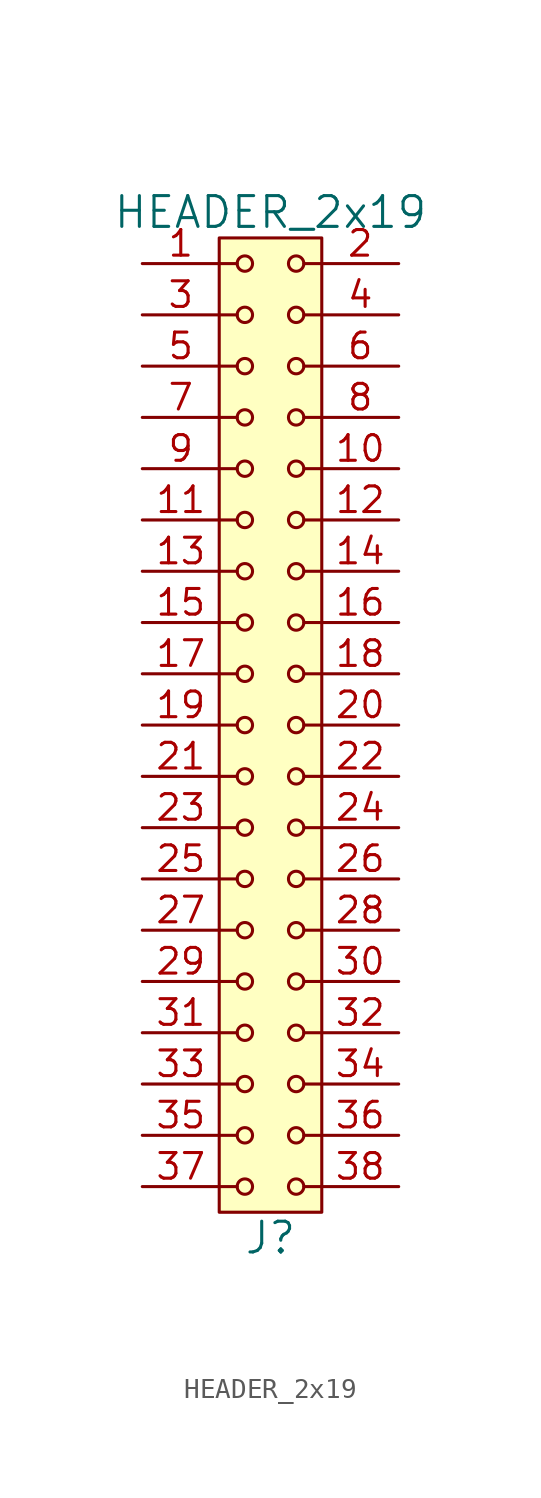
<source format=kicad_sym>
(kicad_symbol_lib
  (version 20211014)
  (generator kicad_symbol_editor)
  (symbol "HEADER_2x19"
    (pin_names
      (offset 1.016))
    (property "Reference" "J"
      (at 0 -25.4 0)
      (effects (font (size 1.524 1.524))))
    (property "Value" "HEADER_2x19"
      (at 0 25.4 0)
      (effects (font (size 1.524 1.524))))
    (property "Footprint" ""
      (at 0 22.86 0)
      (effects (font (size 1.524 1.524))))
    (property "Datasheet" ""
      (at 0 22.86 0)
      (effects (font (size 1.524 1.524))))
    (symbol "HEADER_2x19_0_1"
      (rectangle (start -2.54 24.13) (end 2.54 -24.13) (stroke (width 0) (type default) (color 0 0 0 0)) (fill (type background)))
      (circle (center -1.27 -22.86) (radius 0.381) (stroke (width 0) (type default) (color 0 0 0 0)) (fill (type none)))
      (circle (center -1.27 -20.32) (radius 0.381) (stroke (width 0) (type default) (color 0 0 0 0)) (fill (type none)))
      (circle (center -1.27 -17.78) (radius 0.381) (stroke (width 0) (type default) (color 0 0 0 0)) (fill (type none)))
      (circle (center -1.27 -15.24) (radius 0.381) (stroke (width 0) (type default) (color 0 0 0 0)) (fill (type none)))
      (circle (center -1.27 -12.7) (radius 0.381) (stroke (width 0) (type default) (color 0 0 0 0)) (fill (type none)))
      (circle (center -1.27 -10.16) (radius 0.381) (stroke (width 0) (type default) (color 0 0 0 0)) (fill (type none)))
      (circle (center -1.27 -7.62) (radius 0.381) (stroke (width 0) (type default) (color 0 0 0 0)) (fill (type none)))
      (circle (center -1.27 -5.08) (radius 0.381) (stroke (width 0) (type default) (color 0 0 0 0)) (fill (type none)))
      (circle (center -1.27 -2.54) (radius 0.381) (stroke (width 0) (type default) (color 0 0 0 0)) (fill (type none)))
      (circle (center -1.27 0) (radius 0.381) (stroke (width 0) (type default) (color 0 0 0 0)) (fill (type none)))
      (circle (center -1.27 2.54) (radius 0.381) (stroke (width 0) (type default) (color 0 0 0 0)) (fill (type none)))
      (circle (center -1.27 5.08) (radius 0.381) (stroke (width 0) (type default) (color 0 0 0 0)) (fill (type none)))
      (circle (center -1.27 7.62) (radius 0.381) (stroke (width 0) (type default) (color 0 0 0 0)) (fill (type none)))
      (circle (center -1.27 10.16) (radius 0.381) (stroke (width 0) (type default) (color 0 0 0 0)) (fill (type none)))
      (circle (center -1.27 12.7) (radius 0.381) (stroke (width 0) (type default) (color 0 0 0 0)) (fill (type none)))
      (circle (center -1.27 15.24) (radius 0.381) (stroke (width 0) (type default) (color 0 0 0 0)) (fill (type none)))
      (circle (center -1.27 17.78) (radius 0.381) (stroke (width 0) (type default) (color 0 0 0 0)) (fill (type none)))
      (circle (center -1.27 20.32) (radius 0.381) (stroke (width 0) (type default) (color 0 0 0 0)) (fill (type none)))
      (circle (center -1.27 22.86) (radius 0.381) (stroke (width 0) (type default) (color 0 0 0 0)) (fill (type none)))
      (polyline (pts (xy -1.651 -22.86) (xy -2.54 -22.86)) (stroke (width 0) (type default) (color 0 0 0 0)) (fill (type none)))
      (polyline (pts (xy -1.651 -20.32) (xy -2.54 -20.32)) (stroke (width 0) (type default) (color 0 0 0 0)) (fill (type none)))
      (polyline (pts (xy -1.651 -17.78) (xy -2.54 -17.78)) (stroke (width 0) (type default) (color 0 0 0 0)) (fill (type none)))
      (polyline (pts (xy -1.651 -15.24) (xy -2.54 -15.24)) (stroke (width 0) (type default) (color 0 0 0 0)) (fill (type none)))
      (polyline (pts (xy -1.651 -12.7) (xy -2.54 -12.7)) (stroke (width 0) (type default) (color 0 0 0 0)) (fill (type none)))
      (polyline (pts (xy -1.651 -10.16) (xy -2.54 -10.16)) (stroke (width 0) (type default) (color 0 0 0 0)) (fill (type none)))
      (polyline (pts (xy -1.651 -7.62) (xy -2.54 -7.62)) (stroke (width 0) (type default) (color 0 0 0 0)) (fill (type none)))
      (polyline (pts (xy -1.651 -5.08) (xy -2.54 -5.08)) (stroke (width 0) (type default) (color 0 0 0 0)) (fill (type none)))
      (polyline (pts (xy -1.651 -2.54) (xy -2.54 -2.54)) (stroke (width 0) (type default) (color 0 0 0 0)) (fill (type none)))
      (polyline (pts (xy -1.651 0) (xy -2.54 0)) (stroke (width 0) (type default) (color 0 0 0 0)) (fill (type none)))
      (polyline (pts (xy -1.651 2.54) (xy -2.54 2.54)) (stroke (width 0) (type default) (color 0 0 0 0)) (fill (type none)))
      (polyline (pts (xy -1.651 5.08) (xy -2.54 5.08)) (stroke (width 0) (type default) (color 0 0 0 0)) (fill (type none)))
      (polyline (pts (xy -1.651 7.62) (xy -2.54 7.62)) (stroke (width 0) (type default) (color 0 0 0 0)) (fill (type none)))
      (polyline (pts (xy -1.651 10.16) (xy -2.54 10.16)) (stroke (width 0) (type default) (color 0 0 0 0)) (fill (type none)))
      (polyline (pts (xy -1.651 12.7) (xy -2.54 12.7)) (stroke (width 0) (type default) (color 0 0 0 0)) (fill (type none)))
      (polyline (pts (xy -1.651 15.24) (xy -2.54 15.24)) (stroke (width 0) (type default) (color 0 0 0 0)) (fill (type none)))
      (polyline (pts (xy -1.651 17.78) (xy -2.54 17.78)) (stroke (width 0) (type default) (color 0 0 0 0)) (fill (type none)))
      (polyline (pts (xy -1.651 20.32) (xy -2.54 20.32)) (stroke (width 0) (type default) (color 0 0 0 0)) (fill (type none)))
      (polyline (pts (xy -1.651 22.86) (xy -2.54 22.86)) (stroke (width 0) (type default) (color 0 0 0 0)) (fill (type none)))
      (polyline (pts (xy 1.651 -22.86) (xy 2.54 -22.86)) (stroke (width 0) (type default) (color 0 0 0 0)) (fill (type none)))
      (polyline (pts (xy 1.651 -20.32) (xy 2.54 -20.32)) (stroke (width 0) (type default) (color 0 0 0 0)) (fill (type none)))
      (polyline (pts (xy 1.651 -17.78) (xy 2.54 -17.78)) (stroke (width 0) (type default) (color 0 0 0 0)) (fill (type none)))
      (polyline (pts (xy 1.651 -15.24) (xy 2.54 -15.24)) (stroke (width 0) (type default) (color 0 0 0 0)) (fill (type none)))
      (polyline (pts (xy 1.651 -12.7) (xy 2.54 -12.7)) (stroke (width 0) (type default) (color 0 0 0 0)) (fill (type none)))
      (polyline (pts (xy 1.651 -10.16) (xy 2.54 -10.16)) (stroke (width 0) (type default) (color 0 0 0 0)) (fill (type none)))
      (polyline (pts (xy 1.651 -7.62) (xy 2.54 -7.62)) (stroke (width 0) (type default) (color 0 0 0 0)) (fill (type none)))
      (polyline (pts (xy 1.651 -5.08) (xy 2.54 -5.08)) (stroke (width 0) (type default) (color 0 0 0 0)) (fill (type none)))
      (polyline (pts (xy 1.651 -2.54) (xy 2.54 -2.54)) (stroke (width 0) (type default) (color 0 0 0 0)) (fill (type none)))
      (polyline (pts (xy 1.651 0) (xy 2.54 0)) (stroke (width 0) (type default) (color 0 0 0 0)) (fill (type none)))
      (polyline (pts (xy 1.651 2.54) (xy 2.54 2.54)) (stroke (width 0) (type default) (color 0 0 0 0)) (fill (type none)))
      (polyline (pts (xy 1.651 5.08) (xy 2.54 5.08)) (stroke (width 0) (type default) (color 0 0 0 0)) (fill (type none)))
      (polyline (pts (xy 1.651 7.62) (xy 2.54 7.62)) (stroke (width 0) (type default) (color 0 0 0 0)) (fill (type none)))
      (polyline (pts (xy 1.651 10.16) (xy 2.54 10.16)) (stroke (width 0) (type default) (color 0 0 0 0)) (fill (type none)))
      (polyline (pts (xy 1.651 12.7) (xy 2.54 12.7)) (stroke (width 0) (type default) (color 0 0 0 0)) (fill (type none)))
      (polyline (pts (xy 1.651 15.24) (xy 2.54 15.24)) (stroke (width 0) (type default) (color 0 0 0 0)) (fill (type none)))
      (polyline (pts (xy 1.651 17.78) (xy 2.54 17.78)) (stroke (width 0) (type default) (color 0 0 0 0)) (fill (type none)))
      (polyline (pts (xy 1.651 20.32) (xy 2.54 20.32)) (stroke (width 0) (type default) (color 0 0 0 0)) (fill (type none)))
      (polyline (pts (xy 1.651 22.86) (xy 2.54 22.86)) (stroke (width 0) (type default) (color 0 0 0 0)) (fill (type none)))
      (circle (center 1.27 -22.86) (radius 0.381) (stroke (width 0) (type default) (color 0 0 0 0)) (fill (type none)))
      (circle (center 1.27 -20.32) (radius 0.381) (stroke (width 0) (type default) (color 0 0 0 0)) (fill (type none)))
      (circle (center 1.27 -17.78) (radius 0.381) (stroke (width 0) (type default) (color 0 0 0 0)) (fill (type none)))
      (circle (center 1.27 -15.24) (radius 0.381) (stroke (width 0) (type default) (color 0 0 0 0)) (fill (type none)))
      (circle (center 1.27 -12.7) (radius 0.381) (stroke (width 0) (type default) (color 0 0 0 0)) (fill (type none)))
      (circle (center 1.27 -10.16) (radius 0.381) (stroke (width 0) (type default) (color 0 0 0 0)) (fill (type none)))
      (circle (center 1.27 -7.62) (radius 0.381) (stroke (width 0) (type default) (color 0 0 0 0)) (fill (type none)))
      (circle (center 1.27 -5.08) (radius 0.381) (stroke (width 0) (type default) (color 0 0 0 0)) (fill (type none)))
      (circle (center 1.27 -2.54) (radius 0.381) (stroke (width 0) (type default) (color 0 0 0 0)) (fill (type none)))
      (circle (center 1.27 0) (radius 0.381) (stroke (width 0) (type default) (color 0 0 0 0)) (fill (type none)))
      (circle (center 1.27 2.54) (radius 0.381) (stroke (width 0) (type default) (color 0 0 0 0)) (fill (type none)))
      (circle (center 1.27 5.08) (radius 0.381) (stroke (width 0) (type default) (color 0 0 0 0)) (fill (type none)))
      (circle (center 1.27 7.62) (radius 0.381) (stroke (width 0) (type default) (color 0 0 0 0)) (fill (type none)))
      (circle (center 1.27 10.16) (radius 0.381) (stroke (width 0) (type default) (color 0 0 0 0)) (fill (type none)))
      (circle (center 1.27 12.7) (radius 0.381) (stroke (width 0) (type default) (color 0 0 0 0)) (fill (type none)))
      (circle (center 1.27 15.24) (radius 0.381) (stroke (width 0) (type default) (color 0 0 0 0)) (fill (type none)))
      (circle (center 1.27 17.78) (radius 0.381) (stroke (width 0) (type default) (color 0 0 0 0)) (fill (type none)))
      (circle (center 1.27 20.32) (radius 0.381) (stroke (width 0) (type default) (color 0 0 0 0)) (fill (type none)))
      (circle (center 1.27 22.86) (radius 0.381) (stroke (width 0) (type default) (color 0 0 0 0)) (fill (type none))))
    (symbol "HEADER_2x19_1_1"
      (pin input line (at -6.35 22.86 0) (length 3.81) (name "~" (effects (font (size 1.27 1.27)))) (number "1" (effects (font (size 1.27 1.27)))))
      (pin input line (at 6.35 12.7 180) (length 3.81) (name "~" (effects (font (size 1.27 1.27)))) (number "10" (effects (font (size 1.27 1.27)))))
      (pin input line (at -6.35 10.16 0) (length 3.81) (name "~" (effects (font (size 1.27 1.27)))) (number "11" (effects (font (size 1.27 1.27)))))
      (pin input line (at 6.35 10.16 180) (length 3.81) (name "~" (effects (font (size 1.27 1.27)))) (number "12" (effects (font (size 1.27 1.27)))))
      (pin input line (at -6.35 7.62 0) (length 3.81) (name "~" (effects (font (size 1.27 1.27)))) (number "13" (effects (font (size 1.27 1.27)))))
      (pin input line (at 6.35 7.62 180) (length 3.81) (name "~" (effects (font (size 1.27 1.27)))) (number "14" (effects (font (size 1.27 1.27)))))
      (pin input line (at -6.35 5.08 0) (length 3.81) (name "~" (effects (font (size 1.27 1.27)))) (number "15" (effects (font (size 1.27 1.27)))))
      (pin input line (at 6.35 5.08 180) (length 3.81) (name "~" (effects (font (size 1.27 1.27)))) (number "16" (effects (font (size 1.27 1.27)))))
      (pin input line (at -6.35 2.54 0) (length 3.81) (name "~" (effects (font (size 1.27 1.27)))) (number "17" (effects (font (size 1.27 1.27)))))
      (pin input line (at 6.35 2.54 180) (length 3.81) (name "~" (effects (font (size 1.27 1.27)))) (number "18" (effects (font (size 1.27 1.27)))))
      (pin input line (at -6.35 0 0) (length 3.81) (name "~" (effects (font (size 1.27 1.27)))) (number "19" (effects (font (size 1.27 1.27)))))
      (pin input line (at 6.35 22.86 180) (length 3.81) (name "~" (effects (font (size 1.27 1.27)))) (number "2" (effects (font (size 1.27 1.27)))))
      (pin input line (at 6.35 0 180) (length 3.81) (name "~" (effects (font (size 1.27 1.27)))) (number "20" (effects (font (size 1.27 1.27)))))
      (pin input line (at -6.35 -2.54 0) (length 3.81) (name "~" (effects (font (size 1.27 1.27)))) (number "21" (effects (font (size 1.27 1.27)))))
      (pin input line (at 6.35 -2.54 180) (length 3.81) (name "~" (effects (font (size 1.27 1.27)))) (number "22" (effects (font (size 1.27 1.27)))))
      (pin input line (at -6.35 -5.08 0) (length 3.81) (name "~" (effects (font (size 1.27 1.27)))) (number "23" (effects (font (size 1.27 1.27)))))
      (pin input line (at 6.35 -5.08 180) (length 3.81) (name "~" (effects (font (size 1.27 1.27)))) (number "24" (effects (font (size 1.27 1.27)))))
      (pin input line (at -6.35 -7.62 0) (length 3.81) (name "~" (effects (font (size 1.27 1.27)))) (number "25" (effects (font (size 1.27 1.27)))))
      (pin input line (at 6.35 -7.62 180) (length 3.81) (name "~" (effects (font (size 1.27 1.27)))) (number "26" (effects (font (size 1.27 1.27)))))
      (pin input line (at -6.35 -10.16 0) (length 3.81) (name "~" (effects (font (size 1.27 1.27)))) (number "27" (effects (font (size 1.27 1.27)))))
      (pin input line (at 6.35 -10.16 180) (length 3.81) (name "~" (effects (font (size 1.27 1.27)))) (number "28" (effects (font (size 1.27 1.27)))))
      (pin input line (at -6.35 -12.7 0) (length 3.81) (name "~" (effects (font (size 1.27 1.27)))) (number "29" (effects (font (size 1.27 1.27)))))
      (pin input line (at -6.35 20.32 0) (length 3.81) (name "~" (effects (font (size 1.27 1.27)))) (number "3" (effects (font (size 1.27 1.27)))))
      (pin input line (at 6.35 -12.7 180) (length 3.81) (name "~" (effects (font (size 1.27 1.27)))) (number "30" (effects (font (size 1.27 1.27)))))
      (pin input line (at -6.35 -15.24 0) (length 3.81) (name "~" (effects (font (size 1.27 1.27)))) (number "31" (effects (font (size 1.27 1.27)))))
      (pin input line (at 6.35 -15.24 180) (length 3.81) (name "~" (effects (font (size 1.27 1.27)))) (number "32" (effects (font (size 1.27 1.27)))))
      (pin input line (at -6.35 -17.78 0) (length 3.81) (name "~" (effects (font (size 1.27 1.27)))) (number "33" (effects (font (size 1.27 1.27)))))
      (pin input line (at 6.35 -17.78 180) (length 3.81) (name "~" (effects (font (size 1.27 1.27)))) (number "34" (effects (font (size 1.27 1.27)))))
      (pin input line (at -6.35 -20.32 0) (length 3.81) (name "~" (effects (font (size 1.27 1.27)))) (number "35" (effects (font (size 1.27 1.27)))))
      (pin input line (at 6.35 -20.32 180) (length 3.81) (name "~" (effects (font (size 1.27 1.27)))) (number "36" (effects (font (size 1.27 1.27)))))
      (pin input line (at -6.35 -22.86 0) (length 3.81) (name "~" (effects (font (size 1.27 1.27)))) (number "37" (effects (font (size 1.27 1.27)))))
      (pin input line (at 6.35 -22.86 180) (length 3.81) (name "~" (effects (font (size 1.27 1.27)))) (number "38" (effects (font (size 1.27 1.27)))))
      (pin input line (at 6.35 20.32 180) (length 3.81) (name "~" (effects (font (size 1.27 1.27)))) (number "4" (effects (font (size 1.27 1.27)))))
      (pin input line (at -6.35 17.78 0) (length 3.81) (name "~" (effects (font (size 1.27 1.27)))) (number "5" (effects (font (size 1.27 1.27)))))
      (pin input line (at 6.35 17.78 180) (length 3.81) (name "~" (effects (font (size 1.27 1.27)))) (number "6" (effects (font (size 1.27 1.27)))))
      (pin input line (at -6.35 15.24 0) (length 3.81) (name "~" (effects (font (size 1.27 1.27)))) (number "7" (effects (font (size 1.27 1.27)))))
      (pin input line (at 6.35 15.24 180) (length 3.81) (name "~" (effects (font (size 1.27 1.27)))) (number "8" (effects (font (size 1.27 1.27)))))
      (pin input line (at -6.35 12.7 0) (length 3.81) (name "~" (effects (font (size 1.27 1.27)))) (number "9" (effects (font (size 1.27 1.27))))))))
</source>
